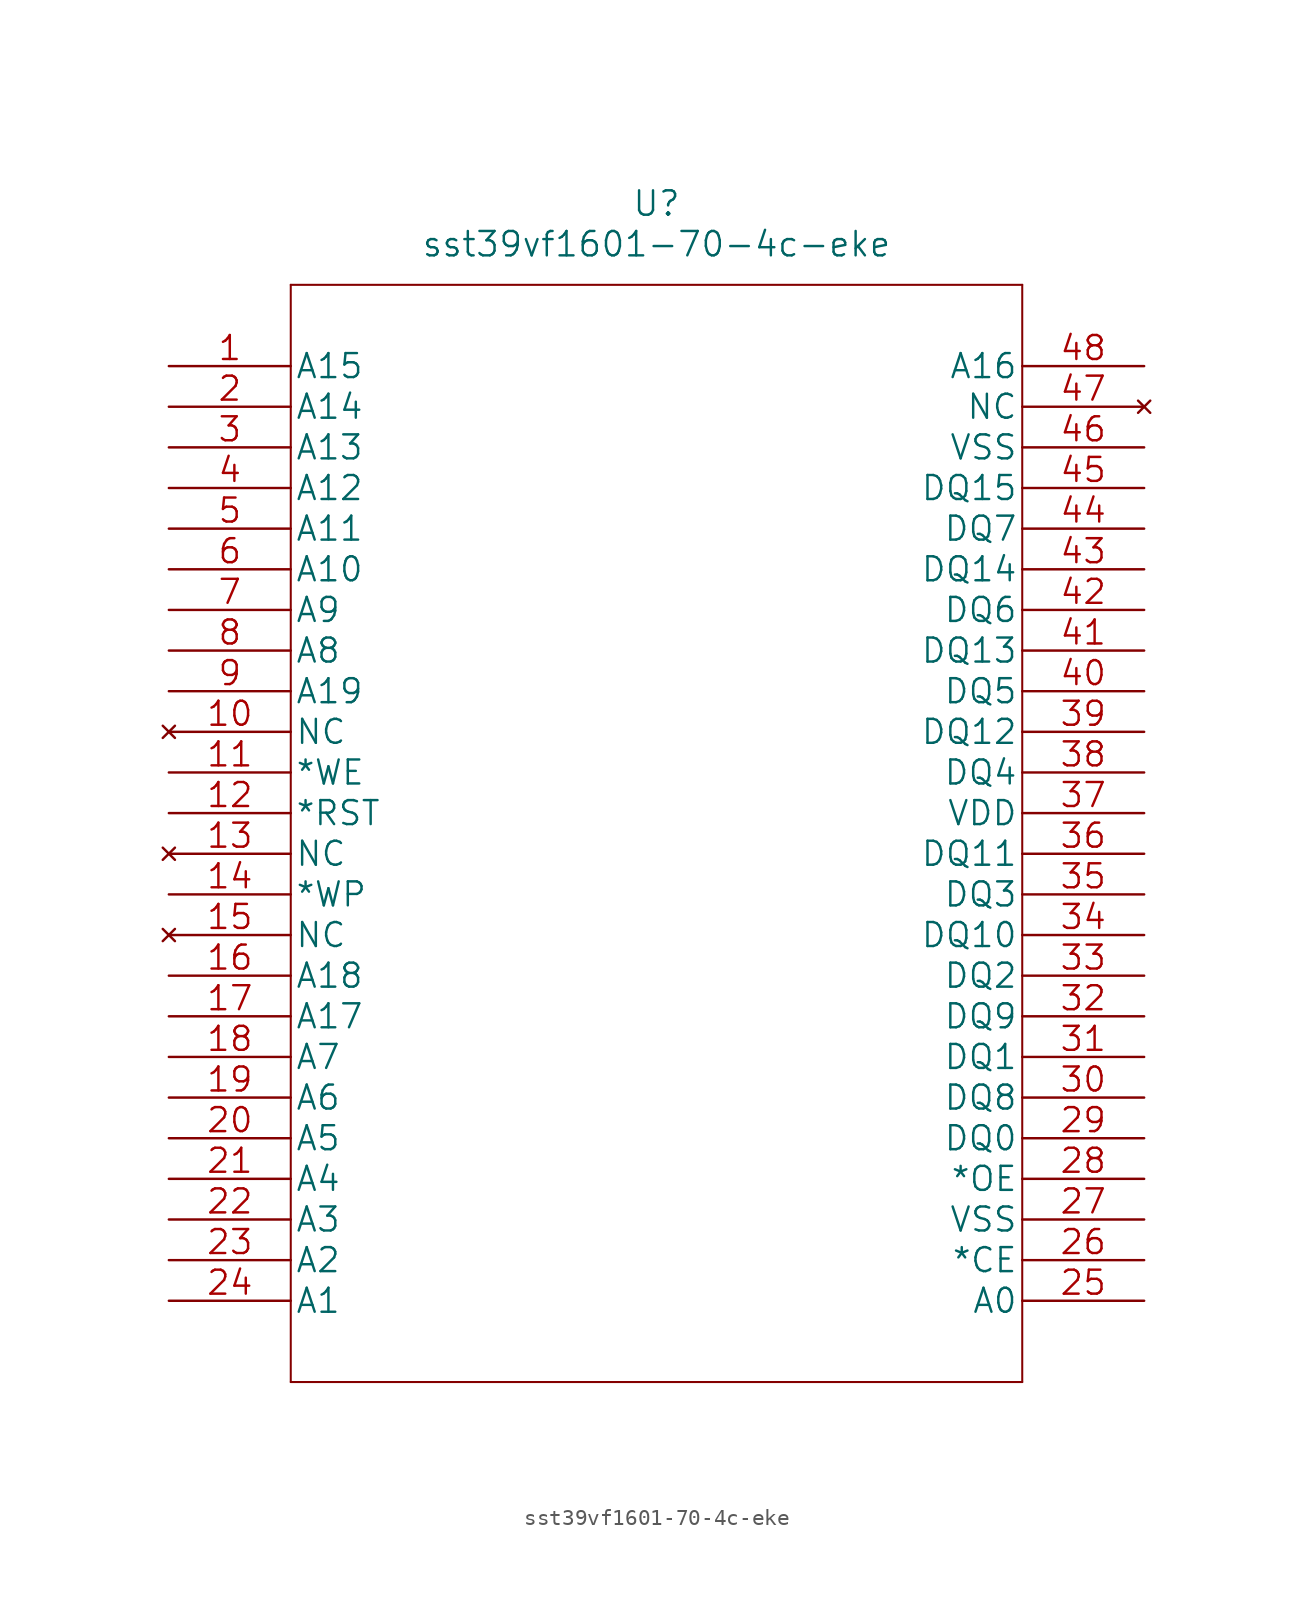
<source format=kicad_sym>
(kicad_symbol_lib
  (version 20220914)
  (generator kicad_symbol_editor)
  (symbol "sst39vf1601-70-4c-eke"
    (pin_names
      (offset 0.254))
    (property "Reference" "U"
      (at 30.48 10.16 0)
      (effects (font (size 1.524 1.524))))
    (property "Value" "sst39vf1601-70-4c-eke"
      (at 30.48 7.62 0)
      (effects (font (size 1.524 1.524))))
    (property "Datasheet" ""
      (at 0 0 0)
      (effects (font (size 1.524 1.524))))
    (property "ki_locked" ""
      (at 0 0 0)
      (effects (font (size 1.27 1.27))))
    (symbol "sst39vf1601-70-4c-eke_1_1"
      (polyline (pts (xy 7.62 -63.5) (xy 53.34 -63.5)) (stroke (width 0.127) (type solid)) (fill (type none)))
      (polyline (pts (xy 7.62 5.08) (xy 7.62 -63.5)) (stroke (width 0.127) (type solid)) (fill (type none)))
      (polyline (pts (xy 53.34 -63.5) (xy 53.34 5.08)) (stroke (width 0.127) (type solid)) (fill (type none)))
      (polyline (pts (xy 53.34 5.08) (xy 7.62 5.08)) (stroke (width 0.127) (type solid)) (fill (type none)))
      (pin input line (at 0 0 0) (length 7.62) (name "A15" (effects (font (size 1.499 1.499)))) (number "1" (effects (font (size 1.499 1.499)))))
      (pin no_connect line (at 0 -22.86 0) (length 7.62) (name "NC" (effects (font (size 1.499 1.499)))) (number "10" (effects (font (size 1.499 1.499)))))
      (pin input line (at 0 -25.4 0) (length 7.62) (name "*WE" (effects (font (size 1.499 1.499)))) (number "11" (effects (font (size 1.499 1.499)))))
      (pin input line (at 0 -27.94 0) (length 7.62) (name "*RST" (effects (font (size 1.499 1.499)))) (number "12" (effects (font (size 1.499 1.499)))))
      (pin no_connect line (at 0 -30.48 0) (length 7.62) (name "NC" (effects (font (size 1.499 1.499)))) (number "13" (effects (font (size 1.499 1.499)))))
      (pin input line (at 0 -33.02 0) (length 7.62) (name "*WP" (effects (font (size 1.499 1.499)))) (number "14" (effects (font (size 1.499 1.499)))))
      (pin no_connect line (at 0 -35.56 0) (length 7.62) (name "NC" (effects (font (size 1.499 1.499)))) (number "15" (effects (font (size 1.499 1.499)))))
      (pin input line (at 0 -38.1 0) (length 7.62) (name "A18" (effects (font (size 1.499 1.499)))) (number "16" (effects (font (size 1.499 1.499)))))
      (pin input line (at 0 -40.64 0) (length 7.62) (name "A17" (effects (font (size 1.499 1.499)))) (number "17" (effects (font (size 1.499 1.499)))))
      (pin input line (at 0 -43.18 0) (length 7.62) (name "A7" (effects (font (size 1.499 1.499)))) (number "18" (effects (font (size 1.499 1.499)))))
      (pin input line (at 0 -45.72 0) (length 7.62) (name "A6" (effects (font (size 1.499 1.499)))) (number "19" (effects (font (size 1.499 1.499)))))
      (pin input line (at 0 -2.54 0) (length 7.62) (name "A14" (effects (font (size 1.499 1.499)))) (number "2" (effects (font (size 1.499 1.499)))))
      (pin input line (at 0 -48.26 0) (length 7.62) (name "A5" (effects (font (size 1.499 1.499)))) (number "20" (effects (font (size 1.499 1.499)))))
      (pin input line (at 0 -50.8 0) (length 7.62) (name "A4" (effects (font (size 1.499 1.499)))) (number "21" (effects (font (size 1.499 1.499)))))
      (pin input line (at 0 -53.34 0) (length 7.62) (name "A3" (effects (font (size 1.499 1.499)))) (number "22" (effects (font (size 1.499 1.499)))))
      (pin input line (at 0 -55.88 0) (length 7.62) (name "A2" (effects (font (size 1.499 1.499)))) (number "23" (effects (font (size 1.499 1.499)))))
      (pin input line (at 0 -58.42 0) (length 7.62) (name "A1" (effects (font (size 1.499 1.499)))) (number "24" (effects (font (size 1.499 1.499)))))
      (pin input line (at 60.96 -58.42 180) (length 7.62) (name "A0" (effects (font (size 1.499 1.499)))) (number "25" (effects (font (size 1.499 1.499)))))
      (pin input line (at 60.96 -55.88 180) (length 7.62) (name "*CE" (effects (font (size 1.499 1.499)))) (number "26" (effects (font (size 1.499 1.499)))))
      (pin power_in line (at 60.96 -53.34 180) (length 7.62) (name "VSS" (effects (font (size 1.499 1.499)))) (number "27" (effects (font (size 1.499 1.499)))))
      (pin input line (at 60.96 -50.8 180) (length 7.62) (name "*OE" (effects (font (size 1.499 1.499)))) (number "28" (effects (font (size 1.499 1.499)))))
      (pin bidirectional line (at 60.96 -48.26 180) (length 7.62) (name "DQ0" (effects (font (size 1.499 1.499)))) (number "29" (effects (font (size 1.499 1.499)))))
      (pin input line (at 0 -5.08 0) (length 7.62) (name "A13" (effects (font (size 1.499 1.499)))) (number "3" (effects (font (size 1.499 1.499)))))
      (pin bidirectional line (at 60.96 -45.72 180) (length 7.62) (name "DQ8" (effects (font (size 1.499 1.499)))) (number "30" (effects (font (size 1.499 1.499)))))
      (pin bidirectional line (at 60.96 -43.18 180) (length 7.62) (name "DQ1" (effects (font (size 1.499 1.499)))) (number "31" (effects (font (size 1.499 1.499)))))
      (pin bidirectional line (at 60.96 -40.64 180) (length 7.62) (name "DQ9" (effects (font (size 1.499 1.499)))) (number "32" (effects (font (size 1.499 1.499)))))
      (pin bidirectional line (at 60.96 -38.1 180) (length 7.62) (name "DQ2" (effects (font (size 1.499 1.499)))) (number "33" (effects (font (size 1.499 1.499)))))
      (pin bidirectional line (at 60.96 -35.56 180) (length 7.62) (name "DQ10" (effects (font (size 1.499 1.499)))) (number "34" (effects (font (size 1.499 1.499)))))
      (pin bidirectional line (at 60.96 -33.02 180) (length 7.62) (name "DQ3" (effects (font (size 1.499 1.499)))) (number "35" (effects (font (size 1.499 1.499)))))
      (pin bidirectional line (at 60.96 -30.48 180) (length 7.62) (name "DQ11" (effects (font (size 1.499 1.499)))) (number "36" (effects (font (size 1.499 1.499)))))
      (pin power_in line (at 60.96 -27.94 180) (length 7.62) (name "VDD" (effects (font (size 1.499 1.499)))) (number "37" (effects (font (size 1.499 1.499)))))
      (pin bidirectional line (at 60.96 -25.4 180) (length 7.62) (name "DQ4" (effects (font (size 1.499 1.499)))) (number "38" (effects (font (size 1.499 1.499)))))
      (pin bidirectional line (at 60.96 -22.86 180) (length 7.62) (name "DQ12" (effects (font (size 1.499 1.499)))) (number "39" (effects (font (size 1.499 1.499)))))
      (pin input line (at 0 -7.62 0) (length 7.62) (name "A12" (effects (font (size 1.499 1.499)))) (number "4" (effects (font (size 1.499 1.499)))))
      (pin bidirectional line (at 60.96 -20.32 180) (length 7.62) (name "DQ5" (effects (font (size 1.499 1.499)))) (number "40" (effects (font (size 1.499 1.499)))))
      (pin bidirectional line (at 60.96 -17.78 180) (length 7.62) (name "DQ13" (effects (font (size 1.499 1.499)))) (number "41" (effects (font (size 1.499 1.499)))))
      (pin bidirectional line (at 60.96 -15.24 180) (length 7.62) (name "DQ6" (effects (font (size 1.499 1.499)))) (number "42" (effects (font (size 1.499 1.499)))))
      (pin bidirectional line (at 60.96 -12.7 180) (length 7.62) (name "DQ14" (effects (font (size 1.499 1.499)))) (number "43" (effects (font (size 1.499 1.499)))))
      (pin bidirectional line (at 60.96 -10.16 180) (length 7.62) (name "DQ7" (effects (font (size 1.499 1.499)))) (number "44" (effects (font (size 1.499 1.499)))))
      (pin bidirectional line (at 60.96 -7.62 180) (length 7.62) (name "DQ15" (effects (font (size 1.499 1.499)))) (number "45" (effects (font (size 1.499 1.499)))))
      (pin power_in line (at 60.96 -5.08 180) (length 7.62) (name "VSS" (effects (font (size 1.499 1.499)))) (number "46" (effects (font (size 1.499 1.499)))))
      (pin no_connect line (at 60.96 -2.54 180) (length 7.62) (name "NC" (effects (font (size 1.499 1.499)))) (number "47" (effects (font (size 1.499 1.499)))))
      (pin input line (at 60.96 0 180) (length 7.62) (name "A16" (effects (font (size 1.499 1.499)))) (number "48" (effects (font (size 1.499 1.499)))))
      (pin input line (at 0 -10.16 0) (length 7.62) (name "A11" (effects (font (size 1.499 1.499)))) (number "5" (effects (font (size 1.499 1.499)))))
      (pin input line (at 0 -12.7 0) (length 7.62) (name "A10" (effects (font (size 1.499 1.499)))) (number "6" (effects (font (size 1.499 1.499)))))
      (pin input line (at 0 -15.24 0) (length 7.62) (name "A9" (effects (font (size 1.499 1.499)))) (number "7" (effects (font (size 1.499 1.499)))))
      (pin input line (at 0 -17.78 0) (length 7.62) (name "A8" (effects (font (size 1.499 1.499)))) (number "8" (effects (font (size 1.499 1.499)))))
      (pin input line (at 0 -20.32 0) (length 7.62) (name "A19" (effects (font (size 1.499 1.499)))) (number "9" (effects (font (size 1.499 1.499))))))))
</source>
